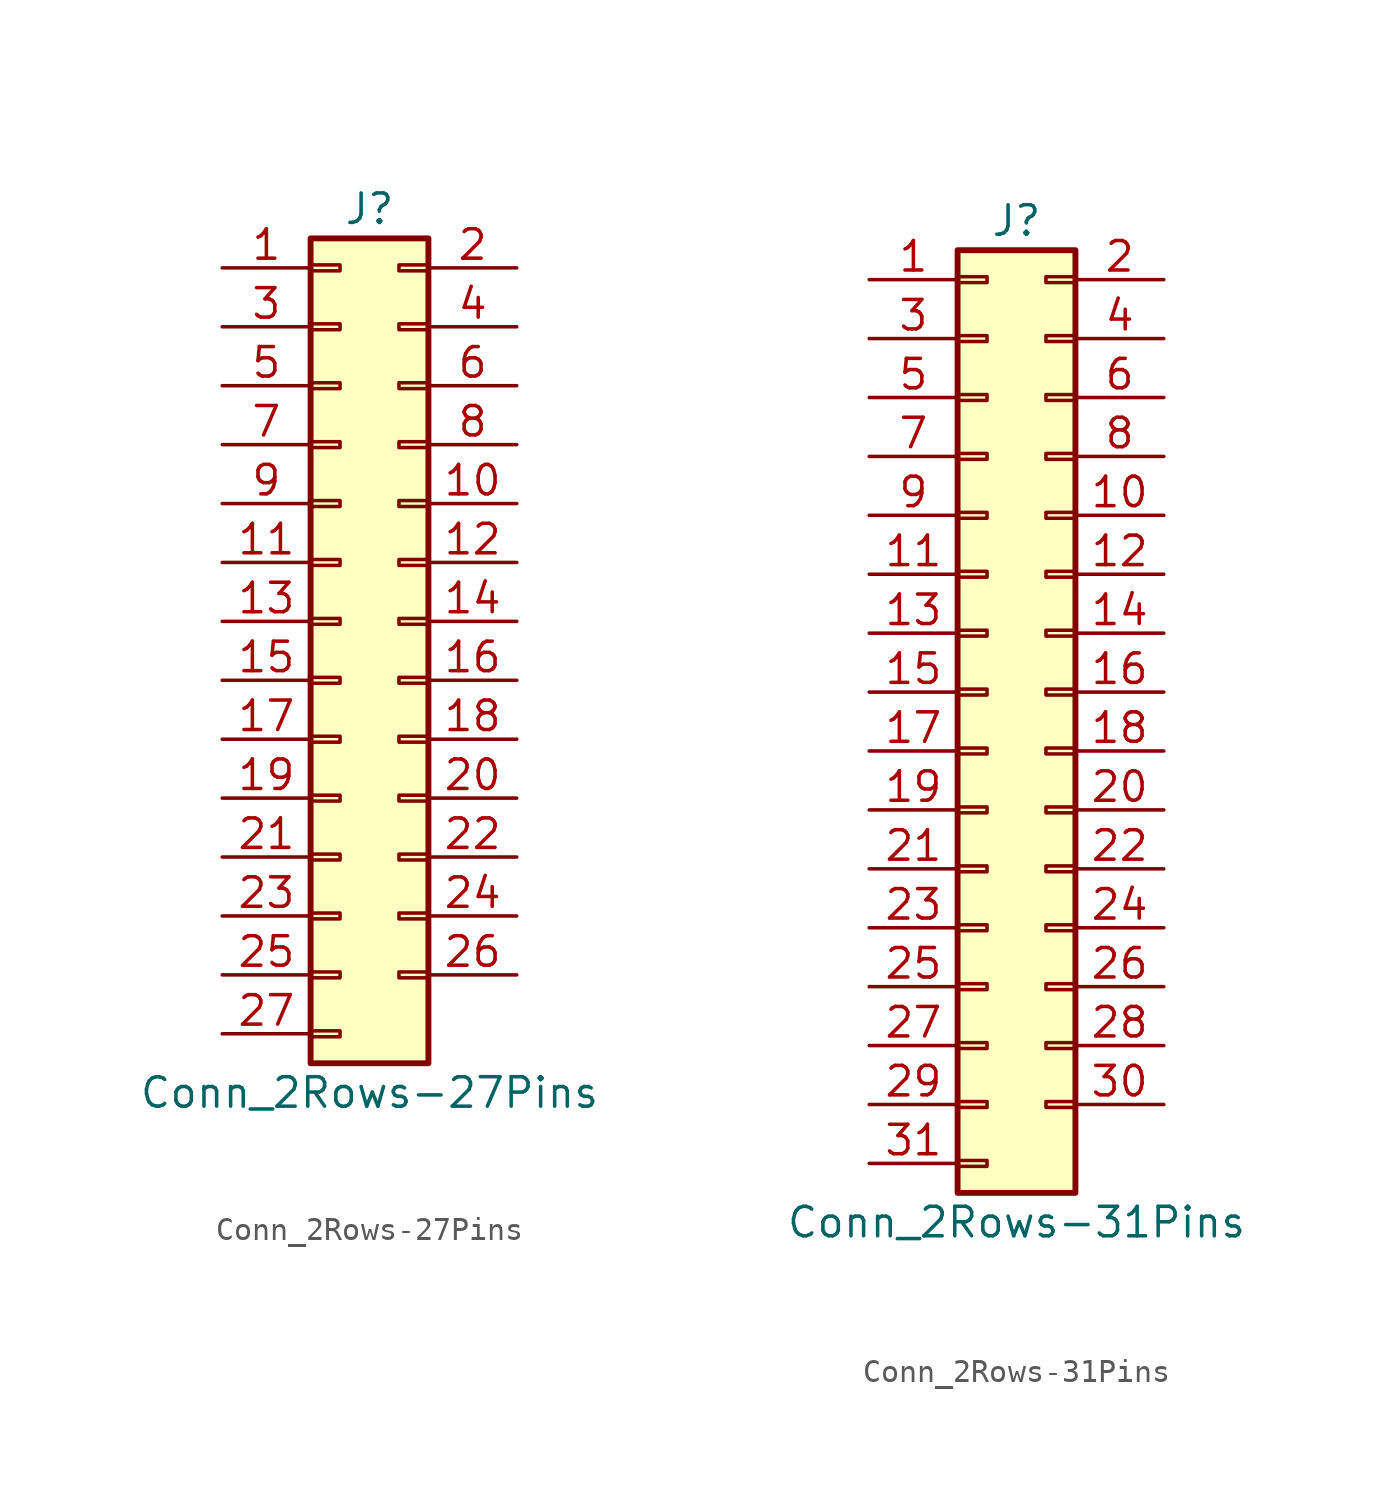
<source format=kicad_sym>
(kicad_symbol_lib
  (version 20220914)
  (generator kicad_symbol_editor)
  (symbol "Conn_2Rows-27Pins"
    (pin_names
      (offset 1.016) hide)
    (property "Reference" "J"
      (at 1.27 17.78 0)
      (effects (font (size 1.27 1.27))))
    (property "Value" "Conn_2Rows-27Pins"
      (at 1.27 -20.32 0)
      (effects (font (size 1.27 1.27))))
    (symbol "Conn_2Rows-27Pins_1_1"
      (rectangle (start -1.27 -17.653) (end 0 -17.907) (stroke (width 0.152) (type default)) (fill (type none)))
      (rectangle (start -1.27 -15.113) (end 0 -15.367) (stroke (width 0.152) (type default)) (fill (type none)))
      (rectangle (start -1.27 -12.573) (end 0 -12.827) (stroke (width 0.152) (type default)) (fill (type none)))
      (rectangle (start -1.27 -10.033) (end 0 -10.287) (stroke (width 0.152) (type default)) (fill (type none)))
      (rectangle (start -1.27 -7.493) (end 0 -7.747) (stroke (width 0.152) (type default)) (fill (type none)))
      (rectangle (start -1.27 -4.953) (end 0 -5.207) (stroke (width 0.152) (type default)) (fill (type none)))
      (rectangle (start -1.27 -2.413) (end 0 -2.667) (stroke (width 0.152) (type default)) (fill (type none)))
      (rectangle (start -1.27 0.127) (end 0 -0.127) (stroke (width 0.152) (type default)) (fill (type none)))
      (rectangle (start -1.27 2.667) (end 0 2.413) (stroke (width 0.152) (type default)) (fill (type none)))
      (rectangle (start -1.27 5.207) (end 0 4.953) (stroke (width 0.152) (type default)) (fill (type none)))
      (rectangle (start -1.27 7.747) (end 0 7.493) (stroke (width 0.152) (type default)) (fill (type none)))
      (rectangle (start -1.27 10.287) (end 0 10.033) (stroke (width 0.152) (type default)) (fill (type none)))
      (rectangle (start -1.27 12.827) (end 0 12.573) (stroke (width 0.152) (type default)) (fill (type none)))
      (rectangle (start -1.27 15.367) (end 0 15.113) (stroke (width 0.152) (type default)) (fill (type none)))
      (rectangle (start -1.27 16.51) (end 3.81 -19.05) (stroke (width 0.254) (type default)) (fill (type background)))
      (rectangle (start 3.81 -15.113) (end 2.54 -15.367) (stroke (width 0.152) (type default)) (fill (type none)))
      (rectangle (start 3.81 -12.573) (end 2.54 -12.827) (stroke (width 0.152) (type default)) (fill (type none)))
      (rectangle (start 3.81 -10.033) (end 2.54 -10.287) (stroke (width 0.152) (type default)) (fill (type none)))
      (rectangle (start 3.81 -7.493) (end 2.54 -7.747) (stroke (width 0.152) (type default)) (fill (type none)))
      (rectangle (start 3.81 -4.953) (end 2.54 -5.207) (stroke (width 0.152) (type default)) (fill (type none)))
      (rectangle (start 3.81 -2.413) (end 2.54 -2.667) (stroke (width 0.152) (type default)) (fill (type none)))
      (rectangle (start 3.81 0.127) (end 2.54 -0.127) (stroke (width 0.152) (type default)) (fill (type none)))
      (rectangle (start 3.81 2.667) (end 2.54 2.413) (stroke (width 0.152) (type default)) (fill (type none)))
      (rectangle (start 3.81 5.207) (end 2.54 4.953) (stroke (width 0.152) (type default)) (fill (type none)))
      (rectangle (start 3.81 7.747) (end 2.54 7.493) (stroke (width 0.152) (type default)) (fill (type none)))
      (rectangle (start 3.81 10.287) (end 2.54 10.033) (stroke (width 0.152) (type default)) (fill (type none)))
      (rectangle (start 3.81 12.827) (end 2.54 12.573) (stroke (width 0.152) (type default)) (fill (type none)))
      (rectangle (start 3.81 15.367) (end 2.54 15.113) (stroke (width 0.152) (type default)) (fill (type none)))
      (pin passive line (at -5.08 15.24 0) (length 3.81) (name "Pin_1" (effects (font (size 1.27 1.27)))) (number "1" (effects (font (size 1.27 1.27)))))
      (pin passive line (at 7.62 5.08 180) (length 3.81) (name "Pin_10" (effects (font (size 1.27 1.27)))) (number "10" (effects (font (size 1.27 1.27)))))
      (pin passive line (at -5.08 2.54 0) (length 3.81) (name "Pin_11" (effects (font (size 1.27 1.27)))) (number "11" (effects (font (size 1.27 1.27)))))
      (pin passive line (at 7.62 2.54 180) (length 3.81) (name "Pin_12" (effects (font (size 1.27 1.27)))) (number "12" (effects (font (size 1.27 1.27)))))
      (pin passive line (at -5.08 0 0) (length 3.81) (name "Pin_13" (effects (font (size 1.27 1.27)))) (number "13" (effects (font (size 1.27 1.27)))))
      (pin passive line (at 7.62 0 180) (length 3.81) (name "Pin_14" (effects (font (size 1.27 1.27)))) (number "14" (effects (font (size 1.27 1.27)))))
      (pin passive line (at -5.08 -2.54 0) (length 3.81) (name "Pin_15" (effects (font (size 1.27 1.27)))) (number "15" (effects (font (size 1.27 1.27)))))
      (pin passive line (at 7.62 -2.54 180) (length 3.81) (name "Pin_16" (effects (font (size 1.27 1.27)))) (number "16" (effects (font (size 1.27 1.27)))))
      (pin passive line (at -5.08 -5.08 0) (length 3.81) (name "Pin_17" (effects (font (size 1.27 1.27)))) (number "17" (effects (font (size 1.27 1.27)))))
      (pin passive line (at 7.62 -5.08 180) (length 3.81) (name "Pin_18" (effects (font (size 1.27 1.27)))) (number "18" (effects (font (size 1.27 1.27)))))
      (pin passive line (at -5.08 -7.62 0) (length 3.81) (name "Pin_19" (effects (font (size 1.27 1.27)))) (number "19" (effects (font (size 1.27 1.27)))))
      (pin passive line (at 7.62 15.24 180) (length 3.81) (name "Pin_2" (effects (font (size 1.27 1.27)))) (number "2" (effects (font (size 1.27 1.27)))))
      (pin passive line (at 7.62 -7.62 180) (length 3.81) (name "Pin_20" (effects (font (size 1.27 1.27)))) (number "20" (effects (font (size 1.27 1.27)))))
      (pin passive line (at -5.08 -10.16 0) (length 3.81) (name "Pin_21" (effects (font (size 1.27 1.27)))) (number "21" (effects (font (size 1.27 1.27)))))
      (pin passive line (at 7.62 -10.16 180) (length 3.81) (name "Pin_22" (effects (font (size 1.27 1.27)))) (number "22" (effects (font (size 1.27 1.27)))))
      (pin passive line (at -5.08 -12.7 0) (length 3.81) (name "Pin_23" (effects (font (size 1.27 1.27)))) (number "23" (effects (font (size 1.27 1.27)))))
      (pin passive line (at 7.62 -12.7 180) (length 3.81) (name "Pin_24" (effects (font (size 1.27 1.27)))) (number "24" (effects (font (size 1.27 1.27)))))
      (pin passive line (at -5.08 -15.24 0) (length 3.81) (name "Pin_25" (effects (font (size 1.27 1.27)))) (number "25" (effects (font (size 1.27 1.27)))))
      (pin passive line (at 7.62 -15.24 180) (length 3.81) (name "Pin_26" (effects (font (size 1.27 1.27)))) (number "26" (effects (font (size 1.27 1.27)))))
      (pin passive line (at -5.08 -17.78 0) (length 3.81) (name "Pin_27" (effects (font (size 1.27 1.27)))) (number "27" (effects (font (size 1.27 1.27)))))
      (pin passive line (at -5.08 12.7 0) (length 3.81) (name "Pin_3" (effects (font (size 1.27 1.27)))) (number "3" (effects (font (size 1.27 1.27)))))
      (pin passive line (at 7.62 12.7 180) (length 3.81) (name "Pin_4" (effects (font (size 1.27 1.27)))) (number "4" (effects (font (size 1.27 1.27)))))
      (pin passive line (at -5.08 10.16 0) (length 3.81) (name "Pin_5" (effects (font (size 1.27 1.27)))) (number "5" (effects (font (size 1.27 1.27)))))
      (pin passive line (at 7.62 10.16 180) (length 3.81) (name "Pin_6" (effects (font (size 1.27 1.27)))) (number "6" (effects (font (size 1.27 1.27)))))
      (pin passive line (at -5.08 7.62 0) (length 3.81) (name "Pin_7" (effects (font (size 1.27 1.27)))) (number "7" (effects (font (size 1.27 1.27)))))
      (pin passive line (at 7.62 7.62 180) (length 3.81) (name "Pin_8" (effects (font (size 1.27 1.27)))) (number "8" (effects (font (size 1.27 1.27)))))
      (pin passive line (at -5.08 5.08 0) (length 3.81) (name "Pin_9" (effects (font (size 1.27 1.27)))) (number "9" (effects (font (size 1.27 1.27)))))))
  (symbol "Conn_2Rows-31Pins"
    (pin_names
      (offset 1.016) hide)
    (property "Reference" "J"
      (at 1.27 20.32 0)
      (effects (font (size 1.27 1.27))))
    (property "Value" "Conn_2Rows-31Pins"
      (at 1.27 -22.86 0)
      (effects (font (size 1.27 1.27))))
    (symbol "Conn_2Rows-31Pins_1_1"
      (rectangle (start -1.27 -20.193) (end 0 -20.447) (stroke (width 0.152) (type default)) (fill (type none)))
      (rectangle (start -1.27 -17.653) (end 0 -17.907) (stroke (width 0.152) (type default)) (fill (type none)))
      (rectangle (start -1.27 -15.113) (end 0 -15.367) (stroke (width 0.152) (type default)) (fill (type none)))
      (rectangle (start -1.27 -12.573) (end 0 -12.827) (stroke (width 0.152) (type default)) (fill (type none)))
      (rectangle (start -1.27 -10.033) (end 0 -10.287) (stroke (width 0.152) (type default)) (fill (type none)))
      (rectangle (start -1.27 -7.493) (end 0 -7.747) (stroke (width 0.152) (type default)) (fill (type none)))
      (rectangle (start -1.27 -4.953) (end 0 -5.207) (stroke (width 0.152) (type default)) (fill (type none)))
      (rectangle (start -1.27 -2.413) (end 0 -2.667) (stroke (width 0.152) (type default)) (fill (type none)))
      (rectangle (start -1.27 0.127) (end 0 -0.127) (stroke (width 0.152) (type default)) (fill (type none)))
      (rectangle (start -1.27 2.667) (end 0 2.413) (stroke (width 0.152) (type default)) (fill (type none)))
      (rectangle (start -1.27 5.207) (end 0 4.953) (stroke (width 0.152) (type default)) (fill (type none)))
      (rectangle (start -1.27 7.747) (end 0 7.493) (stroke (width 0.152) (type default)) (fill (type none)))
      (rectangle (start -1.27 10.287) (end 0 10.033) (stroke (width 0.152) (type default)) (fill (type none)))
      (rectangle (start -1.27 12.827) (end 0 12.573) (stroke (width 0.152) (type default)) (fill (type none)))
      (rectangle (start -1.27 15.367) (end 0 15.113) (stroke (width 0.152) (type default)) (fill (type none)))
      (rectangle (start -1.27 17.907) (end 0 17.653) (stroke (width 0.152) (type default)) (fill (type none)))
      (rectangle (start -1.27 19.05) (end 3.81 -21.59) (stroke (width 0.254) (type default)) (fill (type background)))
      (rectangle (start 3.81 -17.653) (end 2.54 -17.907) (stroke (width 0.152) (type default)) (fill (type none)))
      (rectangle (start 3.81 -15.113) (end 2.54 -15.367) (stroke (width 0.152) (type default)) (fill (type none)))
      (rectangle (start 3.81 -12.573) (end 2.54 -12.827) (stroke (width 0.152) (type default)) (fill (type none)))
      (rectangle (start 3.81 -10.033) (end 2.54 -10.287) (stroke (width 0.152) (type default)) (fill (type none)))
      (rectangle (start 3.81 -7.493) (end 2.54 -7.747) (stroke (width 0.152) (type default)) (fill (type none)))
      (rectangle (start 3.81 -4.953) (end 2.54 -5.207) (stroke (width 0.152) (type default)) (fill (type none)))
      (rectangle (start 3.81 -2.413) (end 2.54 -2.667) (stroke (width 0.152) (type default)) (fill (type none)))
      (rectangle (start 3.81 0.127) (end 2.54 -0.127) (stroke (width 0.152) (type default)) (fill (type none)))
      (rectangle (start 3.81 2.667) (end 2.54 2.413) (stroke (width 0.152) (type default)) (fill (type none)))
      (rectangle (start 3.81 5.207) (end 2.54 4.953) (stroke (width 0.152) (type default)) (fill (type none)))
      (rectangle (start 3.81 7.747) (end 2.54 7.493) (stroke (width 0.152) (type default)) (fill (type none)))
      (rectangle (start 3.81 10.287) (end 2.54 10.033) (stroke (width 0.152) (type default)) (fill (type none)))
      (rectangle (start 3.81 12.827) (end 2.54 12.573) (stroke (width 0.152) (type default)) (fill (type none)))
      (rectangle (start 3.81 15.367) (end 2.54 15.113) (stroke (width 0.152) (type default)) (fill (type none)))
      (rectangle (start 3.81 17.907) (end 2.54 17.653) (stroke (width 0.152) (type default)) (fill (type none)))
      (pin passive line (at -5.08 17.78 0) (length 3.81) (name "Pin_1" (effects (font (size 1.27 1.27)))) (number "1" (effects (font (size 1.27 1.27)))))
      (pin passive line (at 7.62 7.62 180) (length 3.81) (name "Pin_10" (effects (font (size 1.27 1.27)))) (number "10" (effects (font (size 1.27 1.27)))))
      (pin passive line (at -5.08 5.08 0) (length 3.81) (name "Pin_11" (effects (font (size 1.27 1.27)))) (number "11" (effects (font (size 1.27 1.27)))))
      (pin passive line (at 7.62 5.08 180) (length 3.81) (name "Pin_12" (effects (font (size 1.27 1.27)))) (number "12" (effects (font (size 1.27 1.27)))))
      (pin passive line (at -5.08 2.54 0) (length 3.81) (name "Pin_13" (effects (font (size 1.27 1.27)))) (number "13" (effects (font (size 1.27 1.27)))))
      (pin passive line (at 7.62 2.54 180) (length 3.81) (name "Pin_14" (effects (font (size 1.27 1.27)))) (number "14" (effects (font (size 1.27 1.27)))))
      (pin passive line (at -5.08 0 0) (length 3.81) (name "Pin_15" (effects (font (size 1.27 1.27)))) (number "15" (effects (font (size 1.27 1.27)))))
      (pin passive line (at 7.62 0 180) (length 3.81) (name "Pin_16" (effects (font (size 1.27 1.27)))) (number "16" (effects (font (size 1.27 1.27)))))
      (pin passive line (at -5.08 -2.54 0) (length 3.81) (name "Pin_17" (effects (font (size 1.27 1.27)))) (number "17" (effects (font (size 1.27 1.27)))))
      (pin passive line (at 7.62 -2.54 180) (length 3.81) (name "Pin_18" (effects (font (size 1.27 1.27)))) (number "18" (effects (font (size 1.27 1.27)))))
      (pin passive line (at -5.08 -5.08 0) (length 3.81) (name "Pin_19" (effects (font (size 1.27 1.27)))) (number "19" (effects (font (size 1.27 1.27)))))
      (pin passive line (at 7.62 17.78 180) (length 3.81) (name "Pin_2" (effects (font (size 1.27 1.27)))) (number "2" (effects (font (size 1.27 1.27)))))
      (pin passive line (at 7.62 -5.08 180) (length 3.81) (name "Pin_20" (effects (font (size 1.27 1.27)))) (number "20" (effects (font (size 1.27 1.27)))))
      (pin passive line (at -5.08 -7.62 0) (length 3.81) (name "Pin_21" (effects (font (size 1.27 1.27)))) (number "21" (effects (font (size 1.27 1.27)))))
      (pin passive line (at 7.62 -7.62 180) (length 3.81) (name "Pin_22" (effects (font (size 1.27 1.27)))) (number "22" (effects (font (size 1.27 1.27)))))
      (pin passive line (at -5.08 -10.16 0) (length 3.81) (name "Pin_23" (effects (font (size 1.27 1.27)))) (number "23" (effects (font (size 1.27 1.27)))))
      (pin passive line (at 7.62 -10.16 180) (length 3.81) (name "Pin_24" (effects (font (size 1.27 1.27)))) (number "24" (effects (font (size 1.27 1.27)))))
      (pin passive line (at -5.08 -12.7 0) (length 3.81) (name "Pin_25" (effects (font (size 1.27 1.27)))) (number "25" (effects (font (size 1.27 1.27)))))
      (pin passive line (at 7.62 -12.7 180) (length 3.81) (name "Pin_26" (effects (font (size 1.27 1.27)))) (number "26" (effects (font (size 1.27 1.27)))))
      (pin passive line (at -5.08 -15.24 0) (length 3.81) (name "Pin_27" (effects (font (size 1.27 1.27)))) (number "27" (effects (font (size 1.27 1.27)))))
      (pin passive line (at 7.62 -15.24 180) (length 3.81) (name "Pin_28" (effects (font (size 1.27 1.27)))) (number "28" (effects (font (size 1.27 1.27)))))
      (pin passive line (at -5.08 -17.78 0) (length 3.81) (name "Pin_29" (effects (font (size 1.27 1.27)))) (number "29" (effects (font (size 1.27 1.27)))))
      (pin passive line (at -5.08 15.24 0) (length 3.81) (name "Pin_3" (effects (font (size 1.27 1.27)))) (number "3" (effects (font (size 1.27 1.27)))))
      (pin passive line (at 7.62 -17.78 180) (length 3.81) (name "Pin_30" (effects (font (size 1.27 1.27)))) (number "30" (effects (font (size 1.27 1.27)))))
      (pin passive line (at -5.08 -20.32 0) (length 3.81) (name "Pin_31" (effects (font (size 1.27 1.27)))) (number "31" (effects (font (size 1.27 1.27)))))
      (pin passive line (at 7.62 15.24 180) (length 3.81) (name "Pin_4" (effects (font (size 1.27 1.27)))) (number "4" (effects (font (size 1.27 1.27)))))
      (pin passive line (at -5.08 12.7 0) (length 3.81) (name "Pin_5" (effects (font (size 1.27 1.27)))) (number "5" (effects (font (size 1.27 1.27)))))
      (pin passive line (at 7.62 12.7 180) (length 3.81) (name "Pin_6" (effects (font (size 1.27 1.27)))) (number "6" (effects (font (size 1.27 1.27)))))
      (pin passive line (at -5.08 10.16 0) (length 3.81) (name "Pin_7" (effects (font (size 1.27 1.27)))) (number "7" (effects (font (size 1.27 1.27)))))
      (pin passive line (at 7.62 10.16 180) (length 3.81) (name "Pin_8" (effects (font (size 1.27 1.27)))) (number "8" (effects (font (size 1.27 1.27)))))
      (pin passive line (at -5.08 7.62 0) (length 3.81) (name "Pin_9" (effects (font (size 1.27 1.27)))) (number "9" (effects (font (size 1.27 1.27))))))))
</source>
